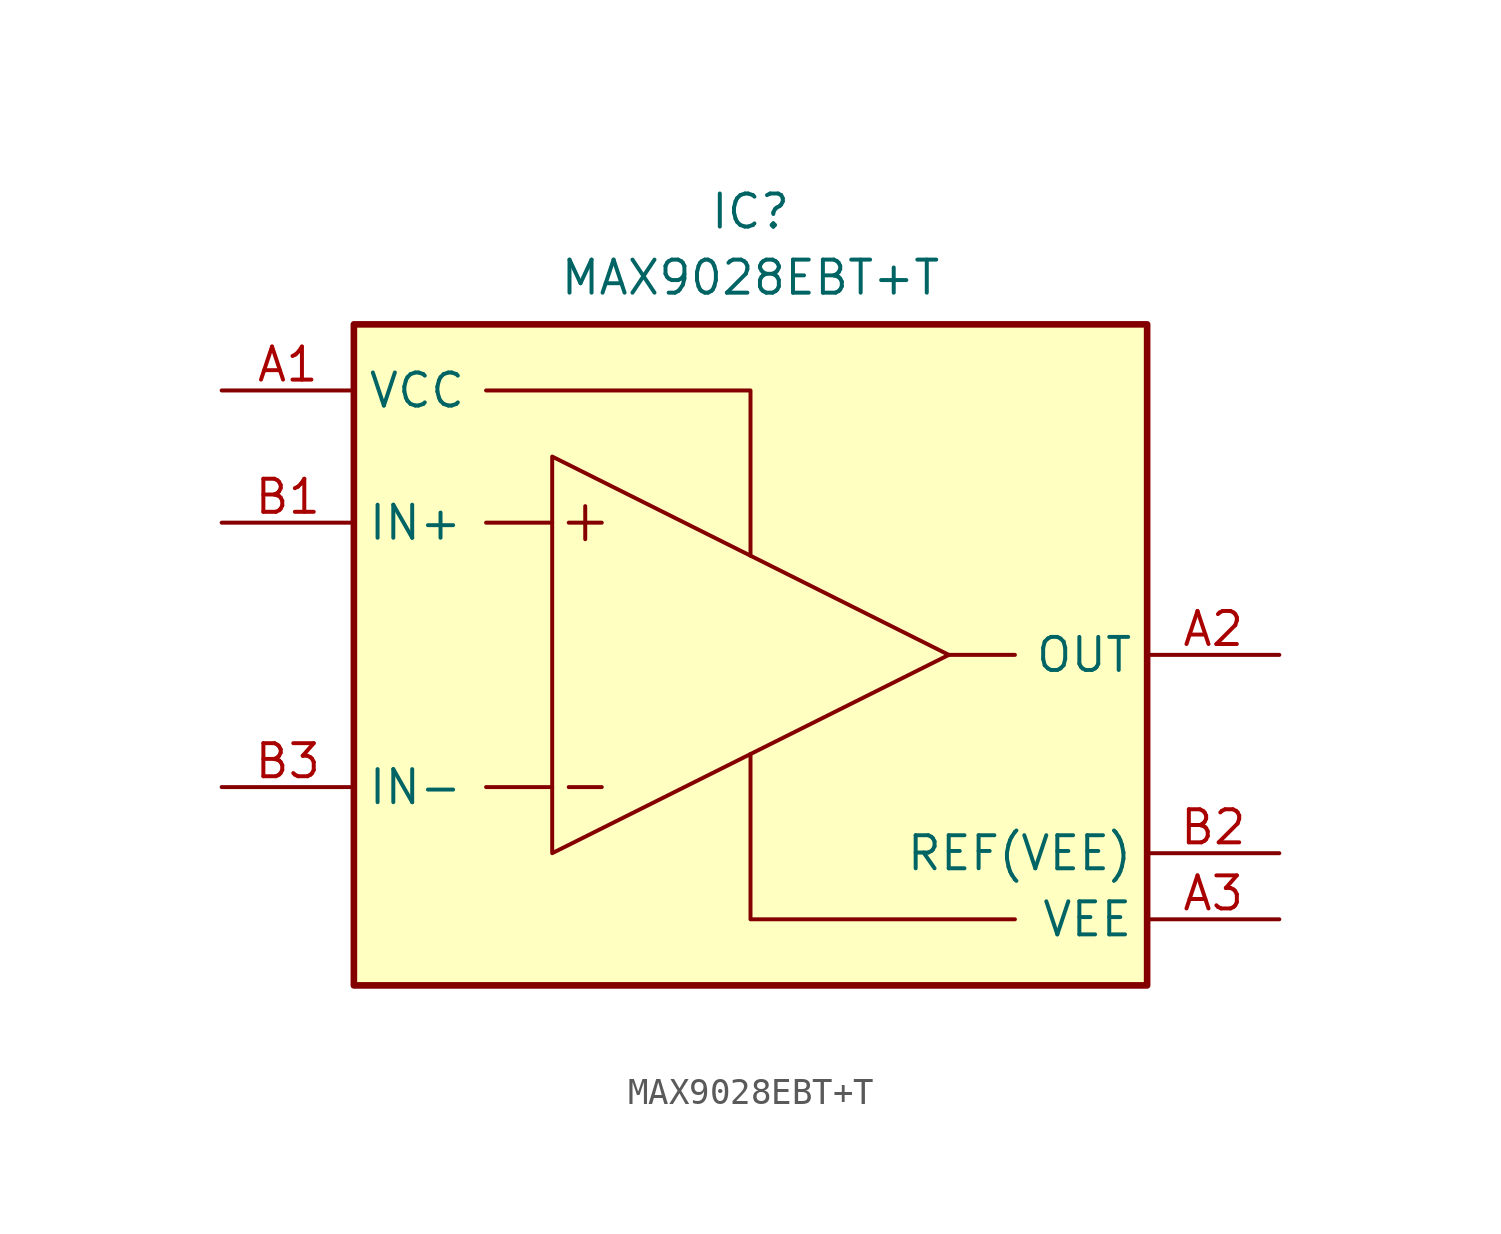
<source format=kicad_sym>
(kicad_symbol_lib
  (version 20220914)
  (generator kicad_symbol_editor)
  (symbol "MAX9028EBT+T"
    (property "Reference" "IC"
      (at 0 17.78 0)
      (effects (font (size 1.27 1.27)) (justify top)))
    (property "Value" "MAX9028EBT+T"
      (at 0 15.24 0)
      (effects (font (size 1.27 1.27)) (justify top)))
    (symbol "MAX9028EBT+T_0_1"
      (polyline (pts (xy -7.62 -5.08) (xy -10.16 -5.08)) (stroke (width 0) (type default)) (fill (type none)))
      (polyline (pts (xy -7.62 5.08) (xy -10.16 5.08)) (stroke (width 0) (type default)) (fill (type none)))
      (polyline (pts (xy -6.985 -5.08) (xy -5.715 -5.08)) (stroke (width 0) (type default)) (fill (type none)))
      (polyline (pts (xy -6.985 5.08) (xy -5.715 5.08)) (stroke (width 0) (type default)) (fill (type none)))
      (polyline (pts (xy -6.35 5.715) (xy -6.35 4.445)) (stroke (width 0) (type default)) (fill (type none)))
      (polyline (pts (xy 7.62 0) (xy 10.16 0)) (stroke (width 0) (type default)) (fill (type none)))
      (polyline (pts (xy -10.16 10.16) (xy 0 10.16) (xy 0 3.81)) (stroke (width 0) (type default)) (fill (type none)))
      (polyline (pts (xy 0 -3.81) (xy 0 -10.16) (xy 10.16 -10.16)) (stroke (width 0) (type default)) (fill (type none)))
      (polyline (pts (xy -7.62 7.62) (xy -7.62 -7.62) (xy 7.62 0) (xy -7.62 7.62)) (stroke (width 0) (type default)) (fill (type none))))
    (symbol "MAX9028EBT+T_1_1"
      (rectangle (start -15.24 12.7) (end 15.24 -12.7) (stroke (width 0.254) (type default)) (fill (type background)))
      (pin passive line (at -20.32 10.16 0) (length 5.08) (name "VCC" (effects (font (size 1.27 1.27)))) (number "A1" (effects (font (size 1.27 1.27)))))
      (pin passive line (at 20.32 0 180) (length 5.08) (name "OUT" (effects (font (size 1.27 1.27)))) (number "A2" (effects (font (size 1.27 1.27)))))
      (pin passive line (at 20.32 -10.16 180) (length 5.08) (name "VEE" (effects (font (size 1.27 1.27)))) (number "A3" (effects (font (size 1.27 1.27)))))
      (pin passive line (at -20.32 5.08 0) (length 5.08) (name "IN+" (effects (font (size 1.27 1.27)))) (number "B1" (effects (font (size 1.27 1.27)))))
      (pin passive line (at 20.32 -7.62 180) (length 5.08) (name "REF(VEE)" (effects (font (size 1.27 1.27)))) (number "B2" (effects (font (size 1.27 1.27)))))
      (pin passive line (at -20.32 -5.08 0) (length 5.08) (name "IN-" (effects (font (size 1.27 1.27)))) (number "B3" (effects (font (size 1.27 1.27))))))))
</source>
